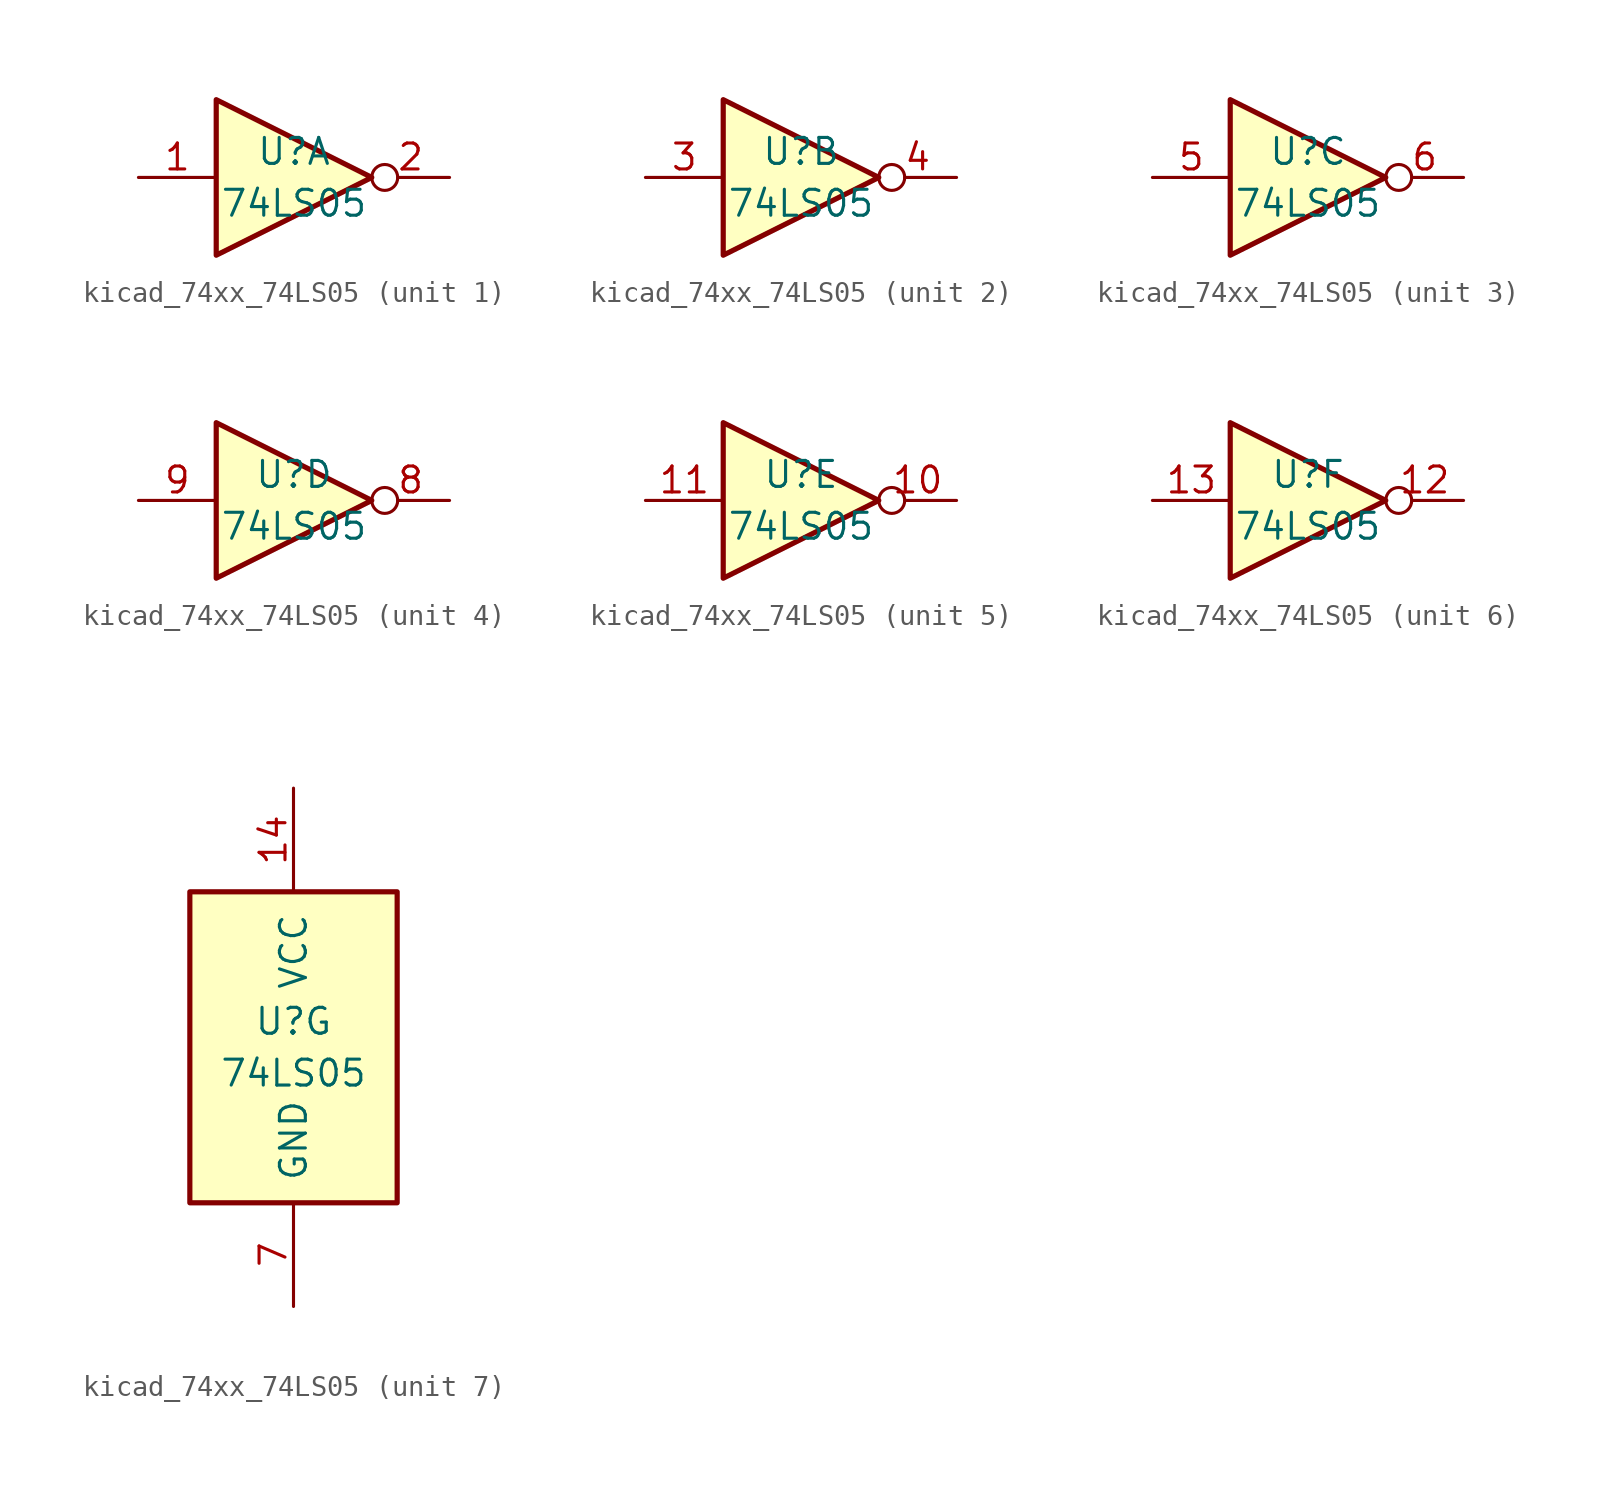
<source format=kicad_sym>
(kicad_symbol_lib
  (version 20220914)
  (generator kicad_symbol_editor)
  (symbol "kicad_74xx_74LS05"
    (pin_names
      (offset 1.016))
    (property "Reference" "U"
      (at 0 1.27 0)
      (effects (font (size 1.27 1.27))))
    (property "Value" "74LS05"
      (at 0 -1.27 0)
      (effects (font (size 1.27 1.27))))
    (property "ki_locked" ""
      (at 0 0 0)
      (effects (font (size 1.27 1.27))))
    (symbol "kicad_74xx_74LS05_1_0"
      (polyline (pts (xy -3.81 3.81) (xy -3.81 -3.81) (xy 3.81 0) (xy -3.81 3.81)) (stroke (width 0.254) (type default)) (fill (type background)))
      (pin input line (at -7.62 0 0) (length 3.81) (name "~" (effects (font (size 1.27 1.27)))) (number "1" (effects (font (size 1.27 1.27)))))
      (pin open_collector inverted (at 7.62 0 180) (length 3.81) (name "~" (effects (font (size 1.27 1.27)))) (number "2" (effects (font (size 1.27 1.27))))))
    (symbol "kicad_74xx_74LS05_2_0"
      (polyline (pts (xy -3.81 3.81) (xy -3.81 -3.81) (xy 3.81 0) (xy -3.81 3.81)) (stroke (width 0.254) (type default)) (fill (type background)))
      (pin input line (at -7.62 0 0) (length 3.81) (name "~" (effects (font (size 1.27 1.27)))) (number "3" (effects (font (size 1.27 1.27)))))
      (pin open_collector inverted (at 7.62 0 180) (length 3.81) (name "~" (effects (font (size 1.27 1.27)))) (number "4" (effects (font (size 1.27 1.27))))))
    (symbol "kicad_74xx_74LS05_3_0"
      (polyline (pts (xy -3.81 3.81) (xy -3.81 -3.81) (xy 3.81 0) (xy -3.81 3.81)) (stroke (width 0.254) (type default)) (fill (type background)))
      (pin input line (at -7.62 0 0) (length 3.81) (name "~" (effects (font (size 1.27 1.27)))) (number "5" (effects (font (size 1.27 1.27)))))
      (pin open_collector inverted (at 7.62 0 180) (length 3.81) (name "~" (effects (font (size 1.27 1.27)))) (number "6" (effects (font (size 1.27 1.27))))))
    (symbol "kicad_74xx_74LS05_4_0"
      (polyline (pts (xy -3.81 3.81) (xy -3.81 -3.81) (xy 3.81 0) (xy -3.81 3.81)) (stroke (width 0.254) (type default)) (fill (type background)))
      (pin open_collector inverted (at 7.62 0 180) (length 3.81) (name "~" (effects (font (size 1.27 1.27)))) (number "8" (effects (font (size 1.27 1.27)))))
      (pin input line (at -7.62 0 0) (length 3.81) (name "~" (effects (font (size 1.27 1.27)))) (number "9" (effects (font (size 1.27 1.27))))))
    (symbol "kicad_74xx_74LS05_5_0"
      (polyline (pts (xy -3.81 3.81) (xy -3.81 -3.81) (xy 3.81 0) (xy -3.81 3.81)) (stroke (width 0.254) (type default)) (fill (type background)))
      (pin open_collector inverted (at 7.62 0 180) (length 3.81) (name "~" (effects (font (size 1.27 1.27)))) (number "10" (effects (font (size 1.27 1.27)))))
      (pin input line (at -7.62 0 0) (length 3.81) (name "~" (effects (font (size 1.27 1.27)))) (number "11" (effects (font (size 1.27 1.27))))))
    (symbol "kicad_74xx_74LS05_6_0"
      (polyline (pts (xy -3.81 3.81) (xy -3.81 -3.81) (xy 3.81 0) (xy -3.81 3.81)) (stroke (width 0.254) (type default)) (fill (type background)))
      (pin open_collector inverted (at 7.62 0 180) (length 3.81) (name "~" (effects (font (size 1.27 1.27)))) (number "12" (effects (font (size 1.27 1.27)))))
      (pin input line (at -7.62 0 0) (length 3.81) (name "~" (effects (font (size 1.27 1.27)))) (number "13" (effects (font (size 1.27 1.27))))))
    (symbol "kicad_74xx_74LS05_7_0"
      (pin power_in line (at 0 12.7 270) (length 5.08) (name "VCC" (effects (font (size 1.27 1.27)))) (number "14" (effects (font (size 1.27 1.27)))))
      (pin power_in line (at 0 -12.7 90) (length 5.08) (name "GND" (effects (font (size 1.27 1.27)))) (number "7" (effects (font (size 1.27 1.27))))))
    (symbol "kicad_74xx_74LS05_7_1"
      (rectangle (start -5.08 7.62) (end 5.08 -7.62) (stroke (width 0.254) (type default)) (fill (type background))))))
</source>
